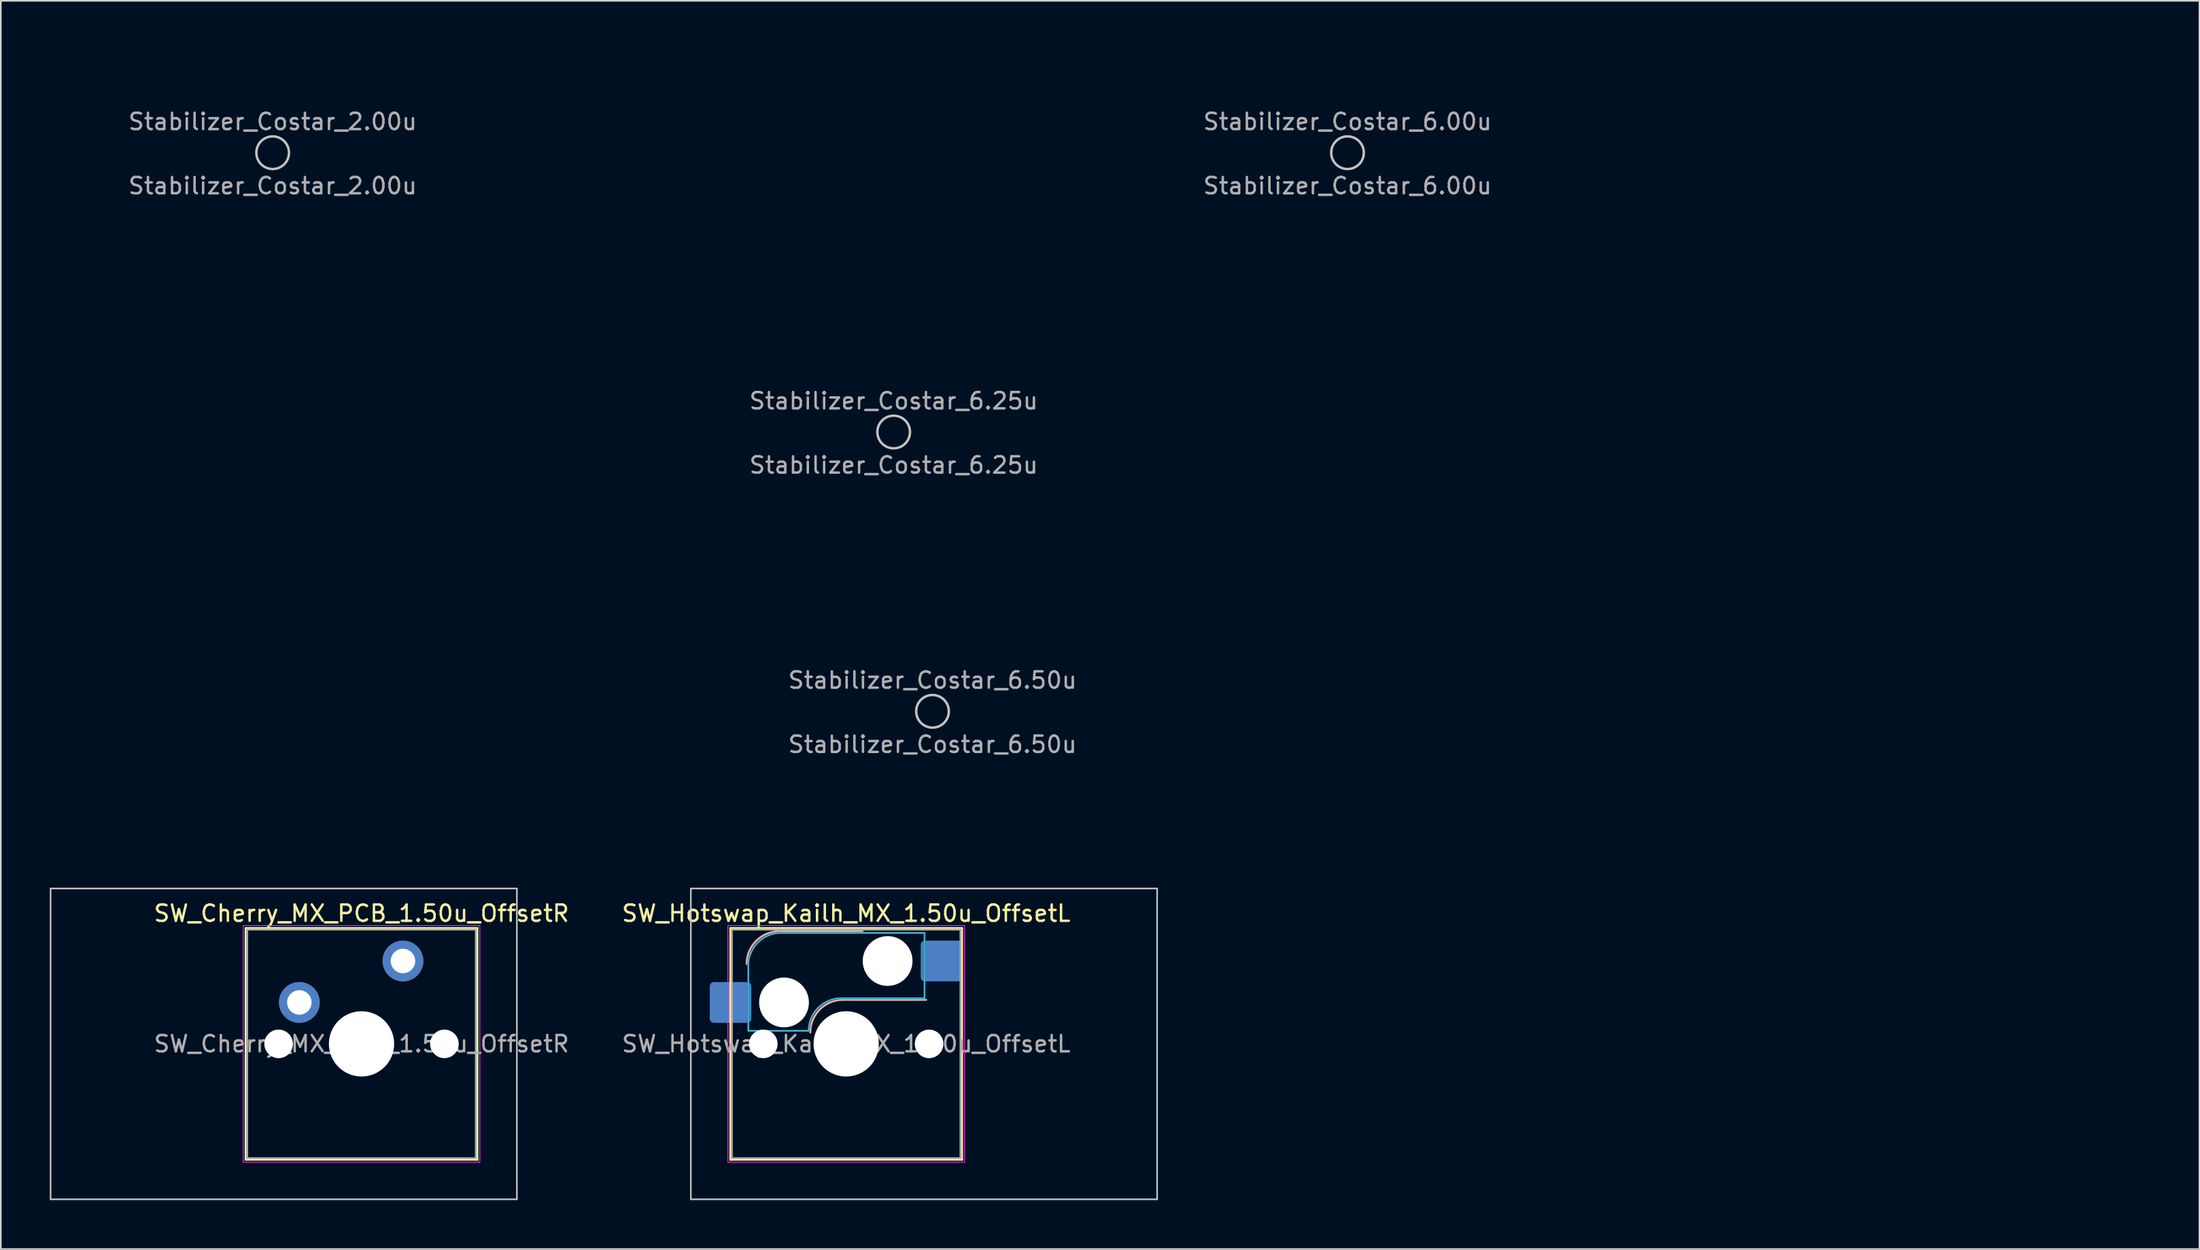
<source format=kicad_pcb>
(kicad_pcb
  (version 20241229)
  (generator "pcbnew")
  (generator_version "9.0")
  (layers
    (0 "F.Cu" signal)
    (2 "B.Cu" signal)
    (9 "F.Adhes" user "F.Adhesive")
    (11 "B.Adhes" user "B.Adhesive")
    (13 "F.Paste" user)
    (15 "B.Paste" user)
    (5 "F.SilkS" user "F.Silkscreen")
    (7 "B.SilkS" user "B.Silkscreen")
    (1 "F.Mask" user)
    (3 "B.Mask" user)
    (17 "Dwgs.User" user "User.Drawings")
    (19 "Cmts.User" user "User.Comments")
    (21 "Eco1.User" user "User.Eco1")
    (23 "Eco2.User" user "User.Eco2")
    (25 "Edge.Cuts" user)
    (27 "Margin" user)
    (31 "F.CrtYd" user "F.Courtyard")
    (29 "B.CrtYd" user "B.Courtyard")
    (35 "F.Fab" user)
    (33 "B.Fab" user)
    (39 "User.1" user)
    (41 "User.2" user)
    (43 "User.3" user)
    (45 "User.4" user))
  (footprint "SW_Hotswap_Kailh_MX_1.50u_OffsetL"
    (layer "F.Cu")
    (at 48.807 60.935)
    (property "Reference" "SW_Hotswap_Kailh_MX_1.50u_OffsetL" (at 0 -8 0) (layer "F.SilkS") (effects (font (size 1 1) (thickness 0.15))))
    (attr smd)
    (fp_line (start -7.1 -7.1) (end -7.1 7.1) (stroke (width 0.12) (type solid)) (layer "F.SilkS"))
    (fp_line (start -7.1 7.1) (end 7.1 7.1) (stroke (width 0.12) (type solid)) (layer "F.SilkS"))
    (fp_line (start 7.1 -7.1) (end -7.1 -7.1) (stroke (width 0.12) (type solid)) (layer "F.SilkS"))
    (fp_line (start 7.1 7.1) (end 7.1 -7.1) (stroke (width 0.12) (type solid)) (layer "F.SilkS"))
    (fp_line (start -4.1 -6.9) (end 1 -6.9) (stroke (width 0.12) (type solid)) (layer "B.SilkS"))
    (fp_line (start -0.2 -2.7) (end 4.9 -2.7) (stroke (width 0.12) (type solid)) (layer "B.SilkS"))
    (fp_arc (start -6.1 -4.9) (mid -5.514214 -6.314214) (end -4.1 -6.9) (stroke (width 0.12) (type solid)) (layer "B.SilkS"))
    (fp_arc (start -2.2 -0.7) (mid -1.614214 -2.114214) (end -0.2 -2.7) (stroke (width 0.12) (type solid)) (layer "B.SilkS"))
    (fp_line (start -9.52 -9.525) (end -9.52 9.525) (stroke (width 0.1) (type solid)) (layer "Dwgs.User"))
    (fp_line (start -9.52 9.525) (end 19.055 9.525) (stroke (width 0.1) (type solid)) (layer "Dwgs.User"))
    (fp_line (start 19.055 -9.525) (end -9.52 -9.525) (stroke (width 0.1) (type solid)) (layer "Dwgs.User"))
    (fp_line (start 19.055 9.525) (end 19.055 -9.525) (stroke (width 0.1) (type solid)) (layer "Dwgs.User"))
    (fp_line (start -7.8 -6) (end -7 -6) (stroke (width 0.1) (type solid)) (layer "Eco1.User"))
    (fp_line (start -7.8 -2.9) (end -7.8 -6) (stroke (width 0.1) (type solid)) (layer "Eco1.User"))
    (fp_line (start -7.8 2.9) (end -7 2.9) (stroke (width 0.1) (type solid)) (layer "Eco1.User"))
    (fp_line (start -7.8 6) (end -7.8 2.9) (stroke (width 0.1) (type solid)) (layer "Eco1.User"))
    (fp_line (start -7 -7) (end 7 -7) (stroke (width 0.1) (type solid)) (layer "Eco1.User"))
    (fp_line (start -7 -6) (end -7 -7) (stroke (width 0.1) (type solid)) (layer "Eco1.User"))
    (fp_line (start -7 -2.9) (end -7.8 -2.9) (stroke (width 0.1) (type solid)) (layer "Eco1.User"))
    (fp_line (start -7 2.9) (end -7 -2.9) (stroke (width 0.1) (type solid)) (layer "Eco1.User"))
    (fp_line (start -7 6) (end -7.8 6) (stroke (width 0.1) (type solid)) (layer "Eco1.User"))
    (fp_line (start -7 7) (end -7 6) (stroke (width 0.1) (type solid)) (layer "Eco1.User"))
    (fp_line (start 7 -7) (end 7 -6) (stroke (width 0.1) (type solid)) (layer "Eco1.User"))
    (fp_line (start 7 -6) (end 7.8 -6) (stroke (width 0.1) (type solid)) (layer "Eco1.User"))
    (fp_line (start 7 -2.9) (end 7 2.9) (stroke (width 0.1) (type solid)) (layer "Eco1.User"))
    (fp_line (start 7 2.9) (end 7.8 2.9) (stroke (width 0.1) (type solid)) (layer "Eco1.User"))
    (fp_line (start 7 6) (end 7 7) (stroke (width 0.1) (type solid)) (layer "Eco1.User"))
    (fp_line (start 7 7) (end -7 7) (stroke (width 0.1) (type solid)) (layer "Eco1.User"))
    (fp_line (start 7.8 -6) (end 7.8 -2.9) (stroke (width 0.1) (type solid)) (layer "Eco1.User"))
    (fp_line (start 7.8 -2.9) (end 7 -2.9) (stroke (width 0.1) (type solid)) (layer "Eco1.User"))
    (fp_line (start 7.8 2.9) (end 7.8 6) (stroke (width 0.1) (type solid)) (layer "Eco1.User"))
    (fp_line (start 7.8 6) (end 7 6) (stroke (width 0.1) (type solid)) (layer "Eco1.User"))
    (fp_line (start -6 -0.8) (end -6 -4.8) (stroke (width 0.05) (type solid)) (layer "B.CrtYd"))
    (fp_line (start -6 -0.8) (end -2.3 -0.8) (stroke (width 0.05) (type solid)) (layer "B.CrtYd"))
    (fp_line (start -4 -6.8) (end 4.8 -6.8) (stroke (width 0.05) (type solid)) (layer "B.CrtYd"))
    (fp_line (start -0.3 -2.8) (end 4.8 -2.8) (stroke (width 0.05) (type solid)) (layer "B.CrtYd"))
    (fp_line (start 4.8 -6.8) (end 4.8 -2.8) (stroke (width 0.05) (type solid)) (layer "B.CrtYd"))
    (fp_arc (start -6 -4.8) (mid -5.414214 -6.214214) (end -4 -6.8) (stroke (width 0.05) (type solid)) (layer "B.CrtYd"))
    (fp_arc (start -2.3 -0.8) (mid -1.714214 -2.214214) (end -0.3 -2.8) (stroke (width 0.05) (type solid)) (layer "B.CrtYd"))
    (fp_line (start -7.25 -7.25) (end -7.25 7.25) (stroke (width 0.05) (type solid)) (layer "F.CrtYd"))
    (fp_line (start -7.25 7.25) (end 7.25 7.25) (stroke (width 0.05) (type solid)) (layer "F.CrtYd"))
    (fp_line (start 7.25 -7.25) (end -7.25 -7.25) (stroke (width 0.05) (type solid)) (layer "F.CrtYd"))
    (fp_line (start 7.25 7.25) (end 7.25 -7.25) (stroke (width 0.05) (type solid)) (layer "F.CrtYd"))
    (fp_line (start -6 -0.8) (end -6 -4.8) (stroke (width 0.12) (type solid)) (layer "B.Fab"))
    (fp_line (start -6 -0.8) (end -2.3 -0.8) (stroke (width 0.12) (type solid)) (layer "B.Fab"))
    (fp_line (start -4 -6.8) (end 4.8 -6.8) (stroke (width 0.12) (type solid)) (layer "B.Fab"))
    (fp_line (start -0.3 -2.8) (end 4.8 -2.8) (stroke (width 0.12) (type solid)) (layer "B.Fab"))
    (fp_line (start 4.8 -6.8) (end 4.8 -2.8) (stroke (width 0.12) (type solid)) (layer "B.Fab"))
    (fp_arc (start -6 -4.8) (mid -5.414214 -6.214214) (end -4 -6.8) (stroke (width 0.12) (type solid)) (layer "B.Fab"))
    (fp_arc (start -2.3 -0.8) (mid -1.714214 -2.214214) (end -0.3 -2.8) (stroke (width 0.12) (type solid)) (layer "B.Fab"))
    (fp_line (start -7 -7) (end -7 7) (stroke (width 0.1) (type solid)) (layer "F.Fab"))
    (fp_line (start -7 7) (end 7 7) (stroke (width 0.1) (type solid)) (layer "F.Fab"))
    (fp_line (start 7 -7) (end -7 -7) (stroke (width 0.1) (type solid)) (layer "F.Fab"))
    (fp_line (start 7 7) (end 7 -7) (stroke (width 0.1) (type solid)) (layer "F.Fab"))
    (fp_text user "${REFERENCE}" (at 0 0 0) (layer "F.Fab") (effects (font (size 1 1) (thickness 0.15))))
    (pad "" np_thru_hole circle (at -5.08 0) (size 1.75 1.75) (drill 1.75) (layers "*.Cu" "*.Mask"))
    (pad "" np_thru_hole circle (at -3.81 -2.54) (size 3.05 3.05) (drill 3.05) (layers "*.Cu" "*.Mask"))
    (pad "" np_thru_hole circle (at 0 0) (size 4 4) (drill 4) (layers "*.Cu" "*.Mask"))
    (pad "" np_thru_hole circle (at 2.54 -5.08) (size 3.05 3.05) (drill 3.05) (layers "*.Cu" "*.Mask"))
    (pad "" np_thru_hole circle (at 5.08 0) (size 1.75 1.75) (drill 1.75) (layers "*.Cu" "*.Mask"))
    (pad "1" smd roundrect (at -7.085 -2.54) (size 2.55 2.5) (layers "B.Cu" "B.Mask" "B.Paste") (roundrect_rratio 0.1))
    (pad "2" smd roundrect (at 5.842 -5.08) (size 2.55 2.5) (layers "B.Cu" "B.Mask" "B.Paste") (roundrect_rratio 0.1)))
  (footprint "Stabilizer_Costar_6.25u"
    (layer "F.Cu")
    (at 51.717 23.43)
    (property "Reference" "Stabilizer_Costar_6.25u" (at 0 -1.905 0) (layer "F.Fab") (effects (font (size 1 1) (thickness 0.15))))
    (attr through_hole)
    (fp_circle (center 0 0) (end 1 0) (stroke (width 0.15) (type solid)) (fill no) (layer "Dwgs.User"))
    (fp_line (start -51.657 -6.25) (end -51.657 7.75) (stroke (width 0.12) (type solid)) (layer "Eco1.User"))
    (fp_line (start -48.356 -6.25) (end -51.657 -6.25) (stroke (width 0.12) (type solid)) (layer "Eco1.User"))
    (fp_line (start -48.356 -6.25) (end -48.356 7.75) (stroke (width 0.12) (type solid)) (layer "Eco1.User"))
    (fp_line (start -48.356 7.75) (end -51.657 7.75) (stroke (width 0.12) (type solid)) (layer "Eco1.User"))
    (fp_line (start 48.356 -6.25) (end 48.356 7.75) (stroke (width 0.12) (type solid)) (layer "Eco1.User"))
    (fp_line (start 51.657 -6.25) (end 48.356 -6.25) (stroke (width 0.12) (type solid)) (layer "Eco1.User"))
    (fp_line (start 51.657 -6.25) (end 51.657 7.75) (stroke (width 0.12) (type solid)) (layer "Eco1.User"))
    (fp_line (start 51.657 7.75) (end 48.356 7.75) (stroke (width 0.12) (type solid)) (layer "Eco1.User"))
    (fp_text user "${REFERENCE}" (at 0 2.032 0) (layer "F.Fab") (effects (font (size 1 1) (thickness 0.15)))))
  (footprint "Stabilizer_Costar_2.00u"
    (layer "F.Cu")
    (at 13.66 6.31)
    (property "Reference" "Stabilizer_Costar_2.00u" (at 0 -1.905 0) (layer "F.Fab") (effects (font (size 1 1) (thickness 0.15))))
    (attr through_hole)
    (fp_circle (center 0 0) (end 1 0) (stroke (width 0.15) (type solid)) (fill no) (layer "Dwgs.User"))
    (fp_line (start -13.6 -6.25) (end -13.6 7.75) (stroke (width 0.12) (type solid)) (layer "Eco1.User"))
    (fp_line (start -10.3 -6.25) (end -13.6 -6.25) (stroke (width 0.12) (type solid)) (layer "Eco1.User"))
    (fp_line (start -10.3 -6.25) (end -10.3 7.75) (stroke (width 0.12) (type solid)) (layer "Eco1.User"))
    (fp_line (start -10.3 7.75) (end -13.6 7.75) (stroke (width 0.12) (type solid)) (layer "Eco1.User"))
    (fp_line (start 10.3 -6.25) (end 10.3 7.75) (stroke (width 0.12) (type solid)) (layer "Eco1.User"))
    (fp_line (start 13.6 -6.25) (end 10.3 -6.25) (stroke (width 0.12) (type solid)) (layer "Eco1.User"))
    (fp_line (start 13.6 -6.25) (end 13.6 7.75) (stroke (width 0.12) (type solid)) (layer "Eco1.User"))
    (fp_line (start 13.6 7.75) (end 10.3 7.75) (stroke (width 0.12) (type solid)) (layer "Eco1.User"))
    (fp_text user "${REFERENCE}" (at 0 2.032 0) (layer "F.Fab") (effects (font (size 1 1) (thickness 0.15)))))
  (footprint "Stabilizer_Costar_6.50u"
    (layer "F.Cu")
    (at 54.097 40.55)
    (property "Reference" "Stabilizer_Costar_6.50u" (at 0 -1.905 0) (layer "F.Fab") (effects (font (size 1 1) (thickness 0.15))))
    (attr through_hole)
    (fp_circle (center 0 0) (end 1 0) (stroke (width 0.15) (type solid)) (fill no) (layer "Dwgs.User"))
    (fp_line (start -54.038 -6.25) (end -54.038 7.75) (stroke (width 0.12) (type solid)) (layer "Eco1.User"))
    (fp_line (start -50.737 -6.25) (end -54.038 -6.25) (stroke (width 0.12) (type solid)) (layer "Eco1.User"))
    (fp_line (start -50.737 -6.25) (end -50.737 7.75) (stroke (width 0.12) (type solid)) (layer "Eco1.User"))
    (fp_line (start -50.737 7.75) (end -54.038 7.75) (stroke (width 0.12) (type solid)) (layer "Eco1.User"))
    (fp_line (start 50.737 -6.25) (end 50.737 7.75) (stroke (width 0.12) (type solid)) (layer "Eco1.User"))
    (fp_line (start 54.038 -6.25) (end 50.737 -6.25) (stroke (width 0.12) (type solid)) (layer "Eco1.User"))
    (fp_line (start 54.038 -6.25) (end 54.038 7.75) (stroke (width 0.12) (type solid)) (layer "Eco1.User"))
    (fp_line (start 54.038 7.75) (end 50.737 7.75) (stroke (width 0.12) (type solid)) (layer "Eco1.User"))
    (fp_text user "${REFERENCE}" (at 0 2.032 0) (layer "F.Fab") (effects (font (size 1 1) (thickness 0.15)))))
  (footprint "Stabilizer_Costar_6.00u"
    (layer "F.Cu")
    (at 79.53 6.31)
    (property "Reference" "Stabilizer_Costar_6.00u" (at 0 -1.905 0) (layer "F.Fab") (effects (font (size 1 1) (thickness 0.15))))
    (attr through_hole)
    (fp_circle (center 0 0) (end 1 0) (stroke (width 0.15) (type solid)) (fill no) (layer "Dwgs.User"))
    (fp_line (start -49.15 -6.25) (end -49.15 7.75) (stroke (width 0.12) (type solid)) (layer "Eco1.User"))
    (fp_line (start -45.85 -6.25) (end -49.15 -6.25) (stroke (width 0.12) (type solid)) (layer "Eco1.User"))
    (fp_line (start -45.85 -6.25) (end -45.85 7.75) (stroke (width 0.12) (type solid)) (layer "Eco1.User"))
    (fp_line (start -45.85 7.75) (end -49.15 7.75) (stroke (width 0.12) (type solid)) (layer "Eco1.User"))
    (fp_line (start 45.85 -6.25) (end 45.85 7.75) (stroke (width 0.12) (type solid)) (layer "Eco1.User"))
    (fp_line (start 49.15 -6.25) (end 45.85 -6.25) (stroke (width 0.12) (type solid)) (layer "Eco1.User"))
    (fp_line (start 49.15 -6.25) (end 49.15 7.75) (stroke (width 0.12) (type solid)) (layer "Eco1.User"))
    (fp_line (start 49.15 7.75) (end 45.85 7.75) (stroke (width 0.12) (type solid)) (layer "Eco1.User"))
    (fp_text user "${REFERENCE}" (at 0 2.032 0) (layer "F.Fab") (effects (font (size 1 1) (thickness 0.15)))))
  (footprint "SW_Cherry_MX_PCB_1.50u_OffsetR"
    (layer "F.Cu")
    (at 19.105 60.935)
    (property "Reference" "SW_Cherry_MX_PCB_1.50u_OffsetR" (at 0 -8 0) (layer "F.SilkS") (effects (font (size 1 1) (thickness 0.15))))
    (attr through_hole)
    (fp_line (start -7.1 -7.1) (end -7.1 7.1) (stroke (width 0.12) (type solid)) (layer "F.SilkS"))
    (fp_line (start -7.1 7.1) (end 7.1 7.1) (stroke (width 0.12) (type solid)) (layer "F.SilkS"))
    (fp_line (start 7.1 -7.1) (end -7.1 -7.1) (stroke (width 0.12) (type solid)) (layer "F.SilkS"))
    (fp_line (start 7.1 7.1) (end 7.1 -7.1) (stroke (width 0.12) (type solid)) (layer "F.SilkS"))
    (fp_line (start -19.055 -9.525) (end -19.055 9.525) (stroke (width 0.1) (type solid)) (layer "Dwgs.User"))
    (fp_line (start -19.055 9.525) (end 9.52 9.525) (stroke (width 0.1) (type solid)) (layer "Dwgs.User"))
    (fp_line (start 9.52 -9.525) (end -19.055 -9.525) (stroke (width 0.1) (type solid)) (layer "Dwgs.User"))
    (fp_line (start 9.52 9.525) (end 9.52 -9.525) (stroke (width 0.1) (type solid)) (layer "Dwgs.User"))
    (fp_line (start -7 -7) (end -7 7) (stroke (width 0.1) (type solid)) (layer "Eco1.User"))
    (fp_line (start -7 7) (end 7 7) (stroke (width 0.1) (type solid)) (layer "Eco1.User"))
    (fp_line (start 7 -7) (end -7 -7) (stroke (width 0.1) (type solid)) (layer "Eco1.User"))
    (fp_line (start 7 7) (end 7 -7) (stroke (width 0.1) (type solid)) (layer "Eco1.User"))
    (fp_line (start -7.25 -7.25) (end -7.25 7.25) (stroke (width 0.05) (type solid)) (layer "F.CrtYd"))
    (fp_line (start -7.25 7.25) (end 7.25 7.25) (stroke (width 0.05) (type solid)) (layer "F.CrtYd"))
    (fp_line (start 7.25 -7.25) (end -7.25 -7.25) (stroke (width 0.05) (type solid)) (layer "F.CrtYd"))
    (fp_line (start 7.25 7.25) (end 7.25 -7.25) (stroke (width 0.05) (type solid)) (layer "F.CrtYd"))
    (fp_line (start -7 -7) (end -7 7) (stroke (width 0.1) (type solid)) (layer "F.Fab"))
    (fp_line (start -7 7) (end 7 7) (stroke (width 0.1) (type solid)) (layer "F.Fab"))
    (fp_line (start 7 -7) (end -7 -7) (stroke (width 0.1) (type solid)) (layer "F.Fab"))
    (fp_line (start 7 7) (end 7 -7) (stroke (width 0.1) (type solid)) (layer "F.Fab"))
    (fp_text user "${REFERENCE}" (at 0 0 0) (layer "F.Fab") (effects (font (size 1 1) (thickness 0.15))))
    (pad "" np_thru_hole circle (at -5.08 0) (size 1.75 1.75) (drill 1.75) (layers "*.Cu" "*.Mask"))
    (pad "" np_thru_hole circle (at 0 0) (size 4 4) (drill 4) (layers "*.Cu" "*.Mask"))
    (pad "" np_thru_hole circle (at 5.08 0) (size 1.75 1.75) (drill 1.75) (layers "*.Cu" "*.Mask"))
    (pad "1" thru_hole circle (at -3.81 -2.54) (size 2.5 2.5) (drill 1.5) (layers "*.Cu" "*.Mask"))
    (pad "2" thru_hole circle (at 2.54 -5.08) (size 2.5 2.5) (drill 1.5) (layers "*.Cu" "*.Mask")))
  (gr_rect
    (start -3 -3)
    (end 131.74 73.51)
    (stroke (width 0.1) (type default))
    (fill no)
    (layer "Edge.Cuts")))
</source>
